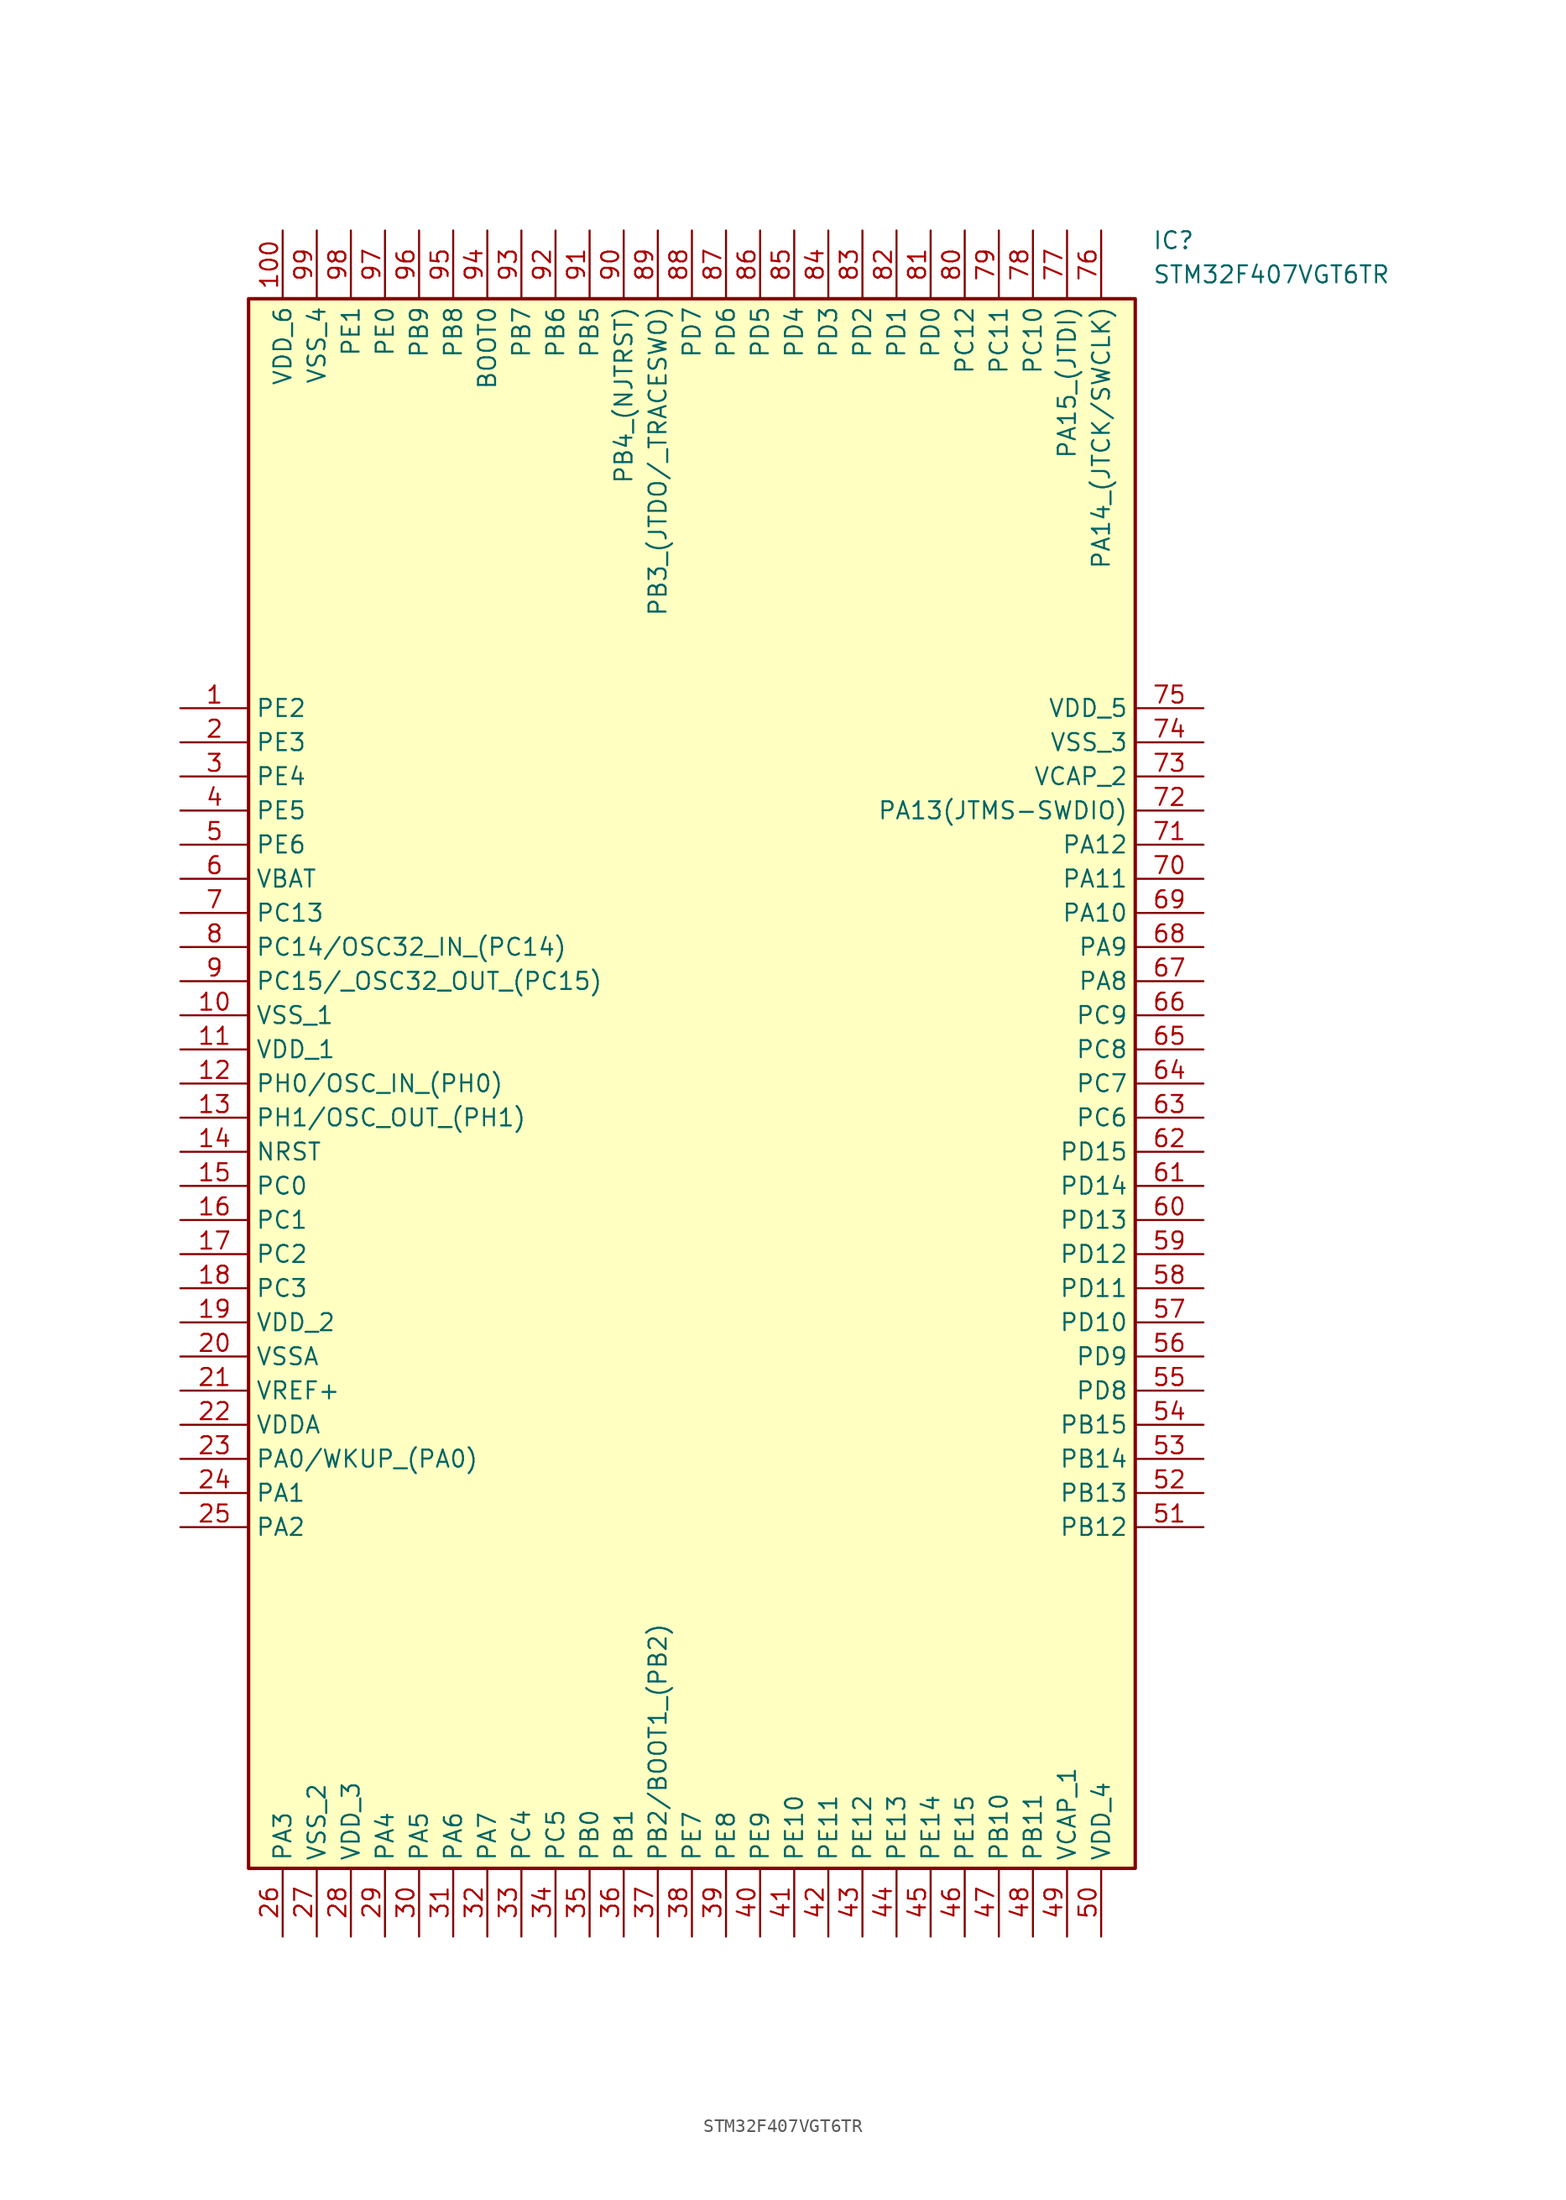
<source format=kicad_sym>
(kicad_symbol_lib
  (version 20231120)
  (generator "kicad_symbol_editor")
  (generator_version "8.0")
  (symbol "STM32F407VGT6TR"
    (property "Reference" "IC"
      (at 72.39 35.56 0)
      (effects (font (size 1.27 1.27)) (justify left top)))
    (property "Value" "STM32F407VGT6TR"
      (at 72.39 33.02 0)
      (effects (font (size 1.27 1.27)) (justify left top)))
    (symbol "STM32F407VGT6TR_1_1"
      (rectangle (start 5.08 30.48) (end 71.12 -86.36) (stroke (width 0.254) (type default)) (fill (type background)))
      (pin passive line (at 0 0 0) (length 5.08) (name "PE2" (effects (font (size 1.27 1.27)))) (number "1" (effects (font (size 1.27 1.27)))))
      (pin passive line (at 0 -22.86 0) (length 5.08) (name "VSS_1" (effects (font (size 1.27 1.27)))) (number "10" (effects (font (size 1.27 1.27)))))
      (pin passive line (at 7.62 35.56 270) (length 5.08) (name "VDD_6" (effects (font (size 1.27 1.27)))) (number "100" (effects (font (size 1.27 1.27)))))
      (pin passive line (at 0 -25.4 0) (length 5.08) (name "VDD_1" (effects (font (size 1.27 1.27)))) (number "11" (effects (font (size 1.27 1.27)))))
      (pin passive line (at 0 -27.94 0) (length 5.08) (name "PH0/OSC_IN_(PH0)" (effects (font (size 1.27 1.27)))) (number "12" (effects (font (size 1.27 1.27)))))
      (pin passive line (at 0 -30.48 0) (length 5.08) (name "PH1/OSC_OUT_(PH1)" (effects (font (size 1.27 1.27)))) (number "13" (effects (font (size 1.27 1.27)))))
      (pin passive line (at 0 -33.02 0) (length 5.08) (name "NRST" (effects (font (size 1.27 1.27)))) (number "14" (effects (font (size 1.27 1.27)))))
      (pin passive line (at 0 -35.56 0) (length 5.08) (name "PC0" (effects (font (size 1.27 1.27)))) (number "15" (effects (font (size 1.27 1.27)))))
      (pin passive line (at 0 -38.1 0) (length 5.08) (name "PC1" (effects (font (size 1.27 1.27)))) (number "16" (effects (font (size 1.27 1.27)))))
      (pin passive line (at 0 -40.64 0) (length 5.08) (name "PC2" (effects (font (size 1.27 1.27)))) (number "17" (effects (font (size 1.27 1.27)))))
      (pin passive line (at 0 -43.18 0) (length 5.08) (name "PC3" (effects (font (size 1.27 1.27)))) (number "18" (effects (font (size 1.27 1.27)))))
      (pin passive line (at 0 -45.72 0) (length 5.08) (name "VDD_2" (effects (font (size 1.27 1.27)))) (number "19" (effects (font (size 1.27 1.27)))))
      (pin passive line (at 0 -2.54 0) (length 5.08) (name "PE3" (effects (font (size 1.27 1.27)))) (number "2" (effects (font (size 1.27 1.27)))))
      (pin passive line (at 0 -48.26 0) (length 5.08) (name "VSSA" (effects (font (size 1.27 1.27)))) (number "20" (effects (font (size 1.27 1.27)))))
      (pin passive line (at 0 -50.8 0) (length 5.08) (name "VREF+" (effects (font (size 1.27 1.27)))) (number "21" (effects (font (size 1.27 1.27)))))
      (pin passive line (at 0 -53.34 0) (length 5.08) (name "VDDA" (effects (font (size 1.27 1.27)))) (number "22" (effects (font (size 1.27 1.27)))))
      (pin passive line (at 0 -55.88 0) (length 5.08) (name "PA0/WKUP_(PA0)" (effects (font (size 1.27 1.27)))) (number "23" (effects (font (size 1.27 1.27)))))
      (pin passive line (at 0 -58.42 0) (length 5.08) (name "PA1" (effects (font (size 1.27 1.27)))) (number "24" (effects (font (size 1.27 1.27)))))
      (pin passive line (at 0 -60.96 0) (length 5.08) (name "PA2" (effects (font (size 1.27 1.27)))) (number "25" (effects (font (size 1.27 1.27)))))
      (pin passive line (at 7.62 -91.44 90) (length 5.08) (name "PA3" (effects (font (size 1.27 1.27)))) (number "26" (effects (font (size 1.27 1.27)))))
      (pin passive line (at 10.16 -91.44 90) (length 5.08) (name "VSS_2" (effects (font (size 1.27 1.27)))) (number "27" (effects (font (size 1.27 1.27)))))
      (pin passive line (at 12.7 -91.44 90) (length 5.08) (name "VDD_3" (effects (font (size 1.27 1.27)))) (number "28" (effects (font (size 1.27 1.27)))))
      (pin passive line (at 15.24 -91.44 90) (length 5.08) (name "PA4" (effects (font (size 1.27 1.27)))) (number "29" (effects (font (size 1.27 1.27)))))
      (pin passive line (at 0 -5.08 0) (length 5.08) (name "PE4" (effects (font (size 1.27 1.27)))) (number "3" (effects (font (size 1.27 1.27)))))
      (pin passive line (at 17.78 -91.44 90) (length 5.08) (name "PA5" (effects (font (size 1.27 1.27)))) (number "30" (effects (font (size 1.27 1.27)))))
      (pin passive line (at 20.32 -91.44 90) (length 5.08) (name "PA6" (effects (font (size 1.27 1.27)))) (number "31" (effects (font (size 1.27 1.27)))))
      (pin passive line (at 22.86 -91.44 90) (length 5.08) (name "PA7" (effects (font (size 1.27 1.27)))) (number "32" (effects (font (size 1.27 1.27)))))
      (pin passive line (at 25.4 -91.44 90) (length 5.08) (name "PC4" (effects (font (size 1.27 1.27)))) (number "33" (effects (font (size 1.27 1.27)))))
      (pin passive line (at 27.94 -91.44 90) (length 5.08) (name "PC5" (effects (font (size 1.27 1.27)))) (number "34" (effects (font (size 1.27 1.27)))))
      (pin passive line (at 30.48 -91.44 90) (length 5.08) (name "PB0" (effects (font (size 1.27 1.27)))) (number "35" (effects (font (size 1.27 1.27)))))
      (pin passive line (at 33.02 -91.44 90) (length 5.08) (name "PB1" (effects (font (size 1.27 1.27)))) (number "36" (effects (font (size 1.27 1.27)))))
      (pin passive line (at 35.56 -91.44 90) (length 5.08) (name "PB2/BOOT1_(PB2)" (effects (font (size 1.27 1.27)))) (number "37" (effects (font (size 1.27 1.27)))))
      (pin passive line (at 38.1 -91.44 90) (length 5.08) (name "PE7" (effects (font (size 1.27 1.27)))) (number "38" (effects (font (size 1.27 1.27)))))
      (pin passive line (at 40.64 -91.44 90) (length 5.08) (name "PE8" (effects (font (size 1.27 1.27)))) (number "39" (effects (font (size 1.27 1.27)))))
      (pin passive line (at 0 -7.62 0) (length 5.08) (name "PE5" (effects (font (size 1.27 1.27)))) (number "4" (effects (font (size 1.27 1.27)))))
      (pin passive line (at 43.18 -91.44 90) (length 5.08) (name "PE9" (effects (font (size 1.27 1.27)))) (number "40" (effects (font (size 1.27 1.27)))))
      (pin passive line (at 45.72 -91.44 90) (length 5.08) (name "PE10" (effects (font (size 1.27 1.27)))) (number "41" (effects (font (size 1.27 1.27)))))
      (pin passive line (at 48.26 -91.44 90) (length 5.08) (name "PE11" (effects (font (size 1.27 1.27)))) (number "42" (effects (font (size 1.27 1.27)))))
      (pin passive line (at 50.8 -91.44 90) (length 5.08) (name "PE12" (effects (font (size 1.27 1.27)))) (number "43" (effects (font (size 1.27 1.27)))))
      (pin passive line (at 53.34 -91.44 90) (length 5.08) (name "PE13" (effects (font (size 1.27 1.27)))) (number "44" (effects (font (size 1.27 1.27)))))
      (pin passive line (at 55.88 -91.44 90) (length 5.08) (name "PE14" (effects (font (size 1.27 1.27)))) (number "45" (effects (font (size 1.27 1.27)))))
      (pin passive line (at 58.42 -91.44 90) (length 5.08) (name "PE15" (effects (font (size 1.27 1.27)))) (number "46" (effects (font (size 1.27 1.27)))))
      (pin passive line (at 60.96 -91.44 90) (length 5.08) (name "PB10" (effects (font (size 1.27 1.27)))) (number "47" (effects (font (size 1.27 1.27)))))
      (pin passive line (at 63.5 -91.44 90) (length 5.08) (name "PB11" (effects (font (size 1.27 1.27)))) (number "48" (effects (font (size 1.27 1.27)))))
      (pin passive line (at 66.04 -91.44 90) (length 5.08) (name "VCAP_1" (effects (font (size 1.27 1.27)))) (number "49" (effects (font (size 1.27 1.27)))))
      (pin passive line (at 0 -10.16 0) (length 5.08) (name "PE6" (effects (font (size 1.27 1.27)))) (number "5" (effects (font (size 1.27 1.27)))))
      (pin passive line (at 68.58 -91.44 90) (length 5.08) (name "VDD_4" (effects (font (size 1.27 1.27)))) (number "50" (effects (font (size 1.27 1.27)))))
      (pin passive line (at 76.2 -60.96 180) (length 5.08) (name "PB12" (effects (font (size 1.27 1.27)))) (number "51" (effects (font (size 1.27 1.27)))))
      (pin passive line (at 76.2 -58.42 180) (length 5.08) (name "PB13" (effects (font (size 1.27 1.27)))) (number "52" (effects (font (size 1.27 1.27)))))
      (pin passive line (at 76.2 -55.88 180) (length 5.08) (name "PB14" (effects (font (size 1.27 1.27)))) (number "53" (effects (font (size 1.27 1.27)))))
      (pin passive line (at 76.2 -53.34 180) (length 5.08) (name "PB15" (effects (font (size 1.27 1.27)))) (number "54" (effects (font (size 1.27 1.27)))))
      (pin passive line (at 76.2 -50.8 180) (length 5.08) (name "PD8" (effects (font (size 1.27 1.27)))) (number "55" (effects (font (size 1.27 1.27)))))
      (pin passive line (at 76.2 -48.26 180) (length 5.08) (name "PD9" (effects (font (size 1.27 1.27)))) (number "56" (effects (font (size 1.27 1.27)))))
      (pin passive line (at 76.2 -45.72 180) (length 5.08) (name "PD10" (effects (font (size 1.27 1.27)))) (number "57" (effects (font (size 1.27 1.27)))))
      (pin passive line (at 76.2 -43.18 180) (length 5.08) (name "PD11" (effects (font (size 1.27 1.27)))) (number "58" (effects (font (size 1.27 1.27)))))
      (pin passive line (at 76.2 -40.64 180) (length 5.08) (name "PD12" (effects (font (size 1.27 1.27)))) (number "59" (effects (font (size 1.27 1.27)))))
      (pin passive line (at 0 -12.7 0) (length 5.08) (name "VBAT" (effects (font (size 1.27 1.27)))) (number "6" (effects (font (size 1.27 1.27)))))
      (pin passive line (at 76.2 -38.1 180) (length 5.08) (name "PD13" (effects (font (size 1.27 1.27)))) (number "60" (effects (font (size 1.27 1.27)))))
      (pin passive line (at 76.2 -35.56 180) (length 5.08) (name "PD14" (effects (font (size 1.27 1.27)))) (number "61" (effects (font (size 1.27 1.27)))))
      (pin passive line (at 76.2 -33.02 180) (length 5.08) (name "PD15" (effects (font (size 1.27 1.27)))) (number "62" (effects (font (size 1.27 1.27)))))
      (pin passive line (at 76.2 -30.48 180) (length 5.08) (name "PC6" (effects (font (size 1.27 1.27)))) (number "63" (effects (font (size 1.27 1.27)))))
      (pin passive line (at 76.2 -27.94 180) (length 5.08) (name "PC7" (effects (font (size 1.27 1.27)))) (number "64" (effects (font (size 1.27 1.27)))))
      (pin passive line (at 76.2 -25.4 180) (length 5.08) (name "PC8" (effects (font (size 1.27 1.27)))) (number "65" (effects (font (size 1.27 1.27)))))
      (pin passive line (at 76.2 -22.86 180) (length 5.08) (name "PC9" (effects (font (size 1.27 1.27)))) (number "66" (effects (font (size 1.27 1.27)))))
      (pin passive line (at 76.2 -20.32 180) (length 5.08) (name "PA8" (effects (font (size 1.27 1.27)))) (number "67" (effects (font (size 1.27 1.27)))))
      (pin passive line (at 76.2 -17.78 180) (length 5.08) (name "PA9" (effects (font (size 1.27 1.27)))) (number "68" (effects (font (size 1.27 1.27)))))
      (pin passive line (at 76.2 -15.24 180) (length 5.08) (name "PA10" (effects (font (size 1.27 1.27)))) (number "69" (effects (font (size 1.27 1.27)))))
      (pin passive line (at 0 -15.24 0) (length 5.08) (name "PC13" (effects (font (size 1.27 1.27)))) (number "7" (effects (font (size 1.27 1.27)))))
      (pin passive line (at 76.2 -12.7 180) (length 5.08) (name "PA11" (effects (font (size 1.27 1.27)))) (number "70" (effects (font (size 1.27 1.27)))))
      (pin passive line (at 76.2 -10.16 180) (length 5.08) (name "PA12" (effects (font (size 1.27 1.27)))) (number "71" (effects (font (size 1.27 1.27)))))
      (pin passive line (at 76.2 -7.62 180) (length 5.08) (name "PA13(JTMS-SWDIO)" (effects (font (size 1.27 1.27)))) (number "72" (effects (font (size 1.27 1.27)))))
      (pin passive line (at 76.2 -5.08 180) (length 5.08) (name "VCAP_2" (effects (font (size 1.27 1.27)))) (number "73" (effects (font (size 1.27 1.27)))))
      (pin passive line (at 76.2 -2.54 180) (length 5.08) (name "VSS_3" (effects (font (size 1.27 1.27)))) (number "74" (effects (font (size 1.27 1.27)))))
      (pin passive line (at 76.2 0 180) (length 5.08) (name "VDD_5" (effects (font (size 1.27 1.27)))) (number "75" (effects (font (size 1.27 1.27)))))
      (pin passive line (at 68.58 35.56 270) (length 5.08) (name "PA14_(JTCK/SWCLK)" (effects (font (size 1.27 1.27)))) (number "76" (effects (font (size 1.27 1.27)))))
      (pin passive line (at 66.04 35.56 270) (length 5.08) (name "PA15_(JTDI)" (effects (font (size 1.27 1.27)))) (number "77" (effects (font (size 1.27 1.27)))))
      (pin passive line (at 63.5 35.56 270) (length 5.08) (name "PC10" (effects (font (size 1.27 1.27)))) (number "78" (effects (font (size 1.27 1.27)))))
      (pin passive line (at 60.96 35.56 270) (length 5.08) (name "PC11" (effects (font (size 1.27 1.27)))) (number "79" (effects (font (size 1.27 1.27)))))
      (pin passive line (at 0 -17.78 0) (length 5.08) (name "PC14/OSC32_IN_(PC14)" (effects (font (size 1.27 1.27)))) (number "8" (effects (font (size 1.27 1.27)))))
      (pin passive line (at 58.42 35.56 270) (length 5.08) (name "PC12" (effects (font (size 1.27 1.27)))) (number "80" (effects (font (size 1.27 1.27)))))
      (pin passive line (at 55.88 35.56 270) (length 5.08) (name "PD0" (effects (font (size 1.27 1.27)))) (number "81" (effects (font (size 1.27 1.27)))))
      (pin passive line (at 53.34 35.56 270) (length 5.08) (name "PD1" (effects (font (size 1.27 1.27)))) (number "82" (effects (font (size 1.27 1.27)))))
      (pin passive line (at 50.8 35.56 270) (length 5.08) (name "PD2" (effects (font (size 1.27 1.27)))) (number "83" (effects (font (size 1.27 1.27)))))
      (pin passive line (at 48.26 35.56 270) (length 5.08) (name "PD3" (effects (font (size 1.27 1.27)))) (number "84" (effects (font (size 1.27 1.27)))))
      (pin passive line (at 45.72 35.56 270) (length 5.08) (name "PD4" (effects (font (size 1.27 1.27)))) (number "85" (effects (font (size 1.27 1.27)))))
      (pin passive line (at 43.18 35.56 270) (length 5.08) (name "PD5" (effects (font (size 1.27 1.27)))) (number "86" (effects (font (size 1.27 1.27)))))
      (pin passive line (at 40.64 35.56 270) (length 5.08) (name "PD6" (effects (font (size 1.27 1.27)))) (number "87" (effects (font (size 1.27 1.27)))))
      (pin passive line (at 38.1 35.56 270) (length 5.08) (name "PD7" (effects (font (size 1.27 1.27)))) (number "88" (effects (font (size 1.27 1.27)))))
      (pin passive line (at 35.56 35.56 270) (length 5.08) (name "PB3_(JTDO/_TRACESWO)" (effects (font (size 1.27 1.27)))) (number "89" (effects (font (size 1.27 1.27)))))
      (pin passive line (at 0 -20.32 0) (length 5.08) (name "PC15/_OSC32_OUT_(PC15)" (effects (font (size 1.27 1.27)))) (number "9" (effects (font (size 1.27 1.27)))))
      (pin passive line (at 33.02 35.56 270) (length 5.08) (name "PB4_(NJTRST)" (effects (font (size 1.27 1.27)))) (number "90" (effects (font (size 1.27 1.27)))))
      (pin passive line (at 30.48 35.56 270) (length 5.08) (name "PB5" (effects (font (size 1.27 1.27)))) (number "91" (effects (font (size 1.27 1.27)))))
      (pin passive line (at 27.94 35.56 270) (length 5.08) (name "PB6" (effects (font (size 1.27 1.27)))) (number "92" (effects (font (size 1.27 1.27)))))
      (pin passive line (at 25.4 35.56 270) (length 5.08) (name "PB7" (effects (font (size 1.27 1.27)))) (number "93" (effects (font (size 1.27 1.27)))))
      (pin passive line (at 22.86 35.56 270) (length 5.08) (name "BOOT0" (effects (font (size 1.27 1.27)))) (number "94" (effects (font (size 1.27 1.27)))))
      (pin passive line (at 20.32 35.56 270) (length 5.08) (name "PB8" (effects (font (size 1.27 1.27)))) (number "95" (effects (font (size 1.27 1.27)))))
      (pin passive line (at 17.78 35.56 270) (length 5.08) (name "PB9" (effects (font (size 1.27 1.27)))) (number "96" (effects (font (size 1.27 1.27)))))
      (pin passive line (at 15.24 35.56 270) (length 5.08) (name "PE0" (effects (font (size 1.27 1.27)))) (number "97" (effects (font (size 1.27 1.27)))))
      (pin passive line (at 12.7 35.56 270) (length 5.08) (name "PE1" (effects (font (size 1.27 1.27)))) (number "98" (effects (font (size 1.27 1.27)))))
      (pin passive line (at 10.16 35.56 270) (length 5.08) (name "VSS_4" (effects (font (size 1.27 1.27)))) (number "99" (effects (font (size 1.27 1.27))))))))
</source>
